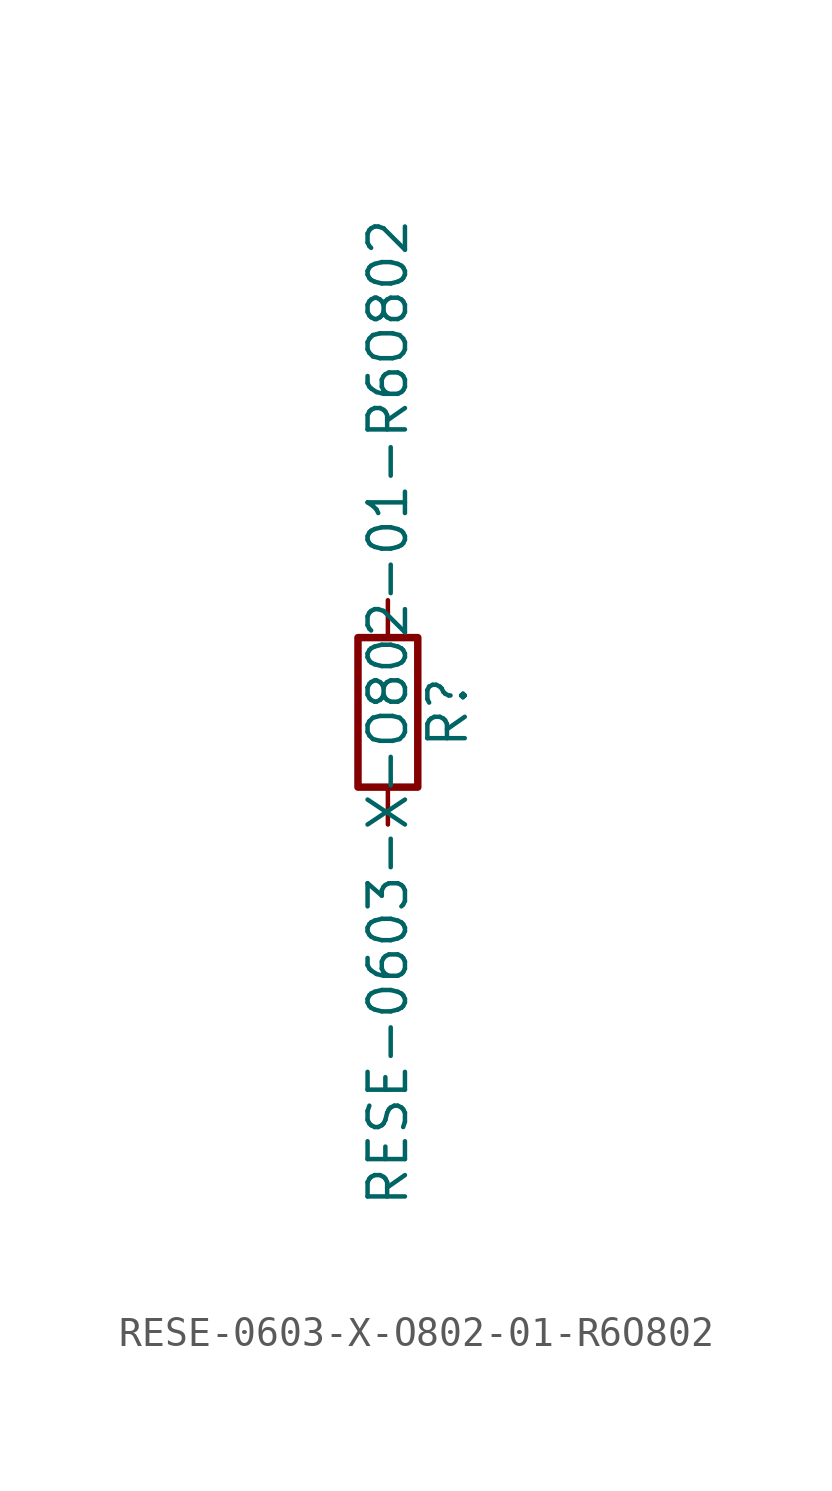
<source format=kicad_sym>
(kicad_symbol_lib
  (version 20211014)
  (generator kicad_symbol_editor)
  (symbol "RESE-0603-X-O802-01-R6O802"
    (pin_numbers hide)
    (pin_names
      (offset 0))
    (property "Reference" "R"
      (at 2.032 0 90)
      (effects (font (size 1.27 1.27))))
    (property "Value" "RESE-0603-X-O802-01-R6O802"
      (at 0 0 90)
      (effects (font (size 1.27 1.27))))
    (symbol "RESE-0603-X-O802-01-R6O802_0_1"
      (rectangle (start -1.016 -2.54) (end 1.016 2.54) (stroke (width 0.254) (type default) (color 0 0 0 0)) (fill (type none))))
    (symbol "RESE-0603-X-O802-01-R6O802_1_1"
      (pin passive line (at 0 3.81 270) (length 1.27) (name "~" (effects (font (size 1.27 1.27)))) (number "1" (effects (font (size 1.27 1.27)))))
      (pin passive line (at 0 -3.81 90) (length 1.27) (name "~" (effects (font (size 1.27 1.27)))) (number "2" (effects (font (size 1.27 1.27))))))))
</source>
